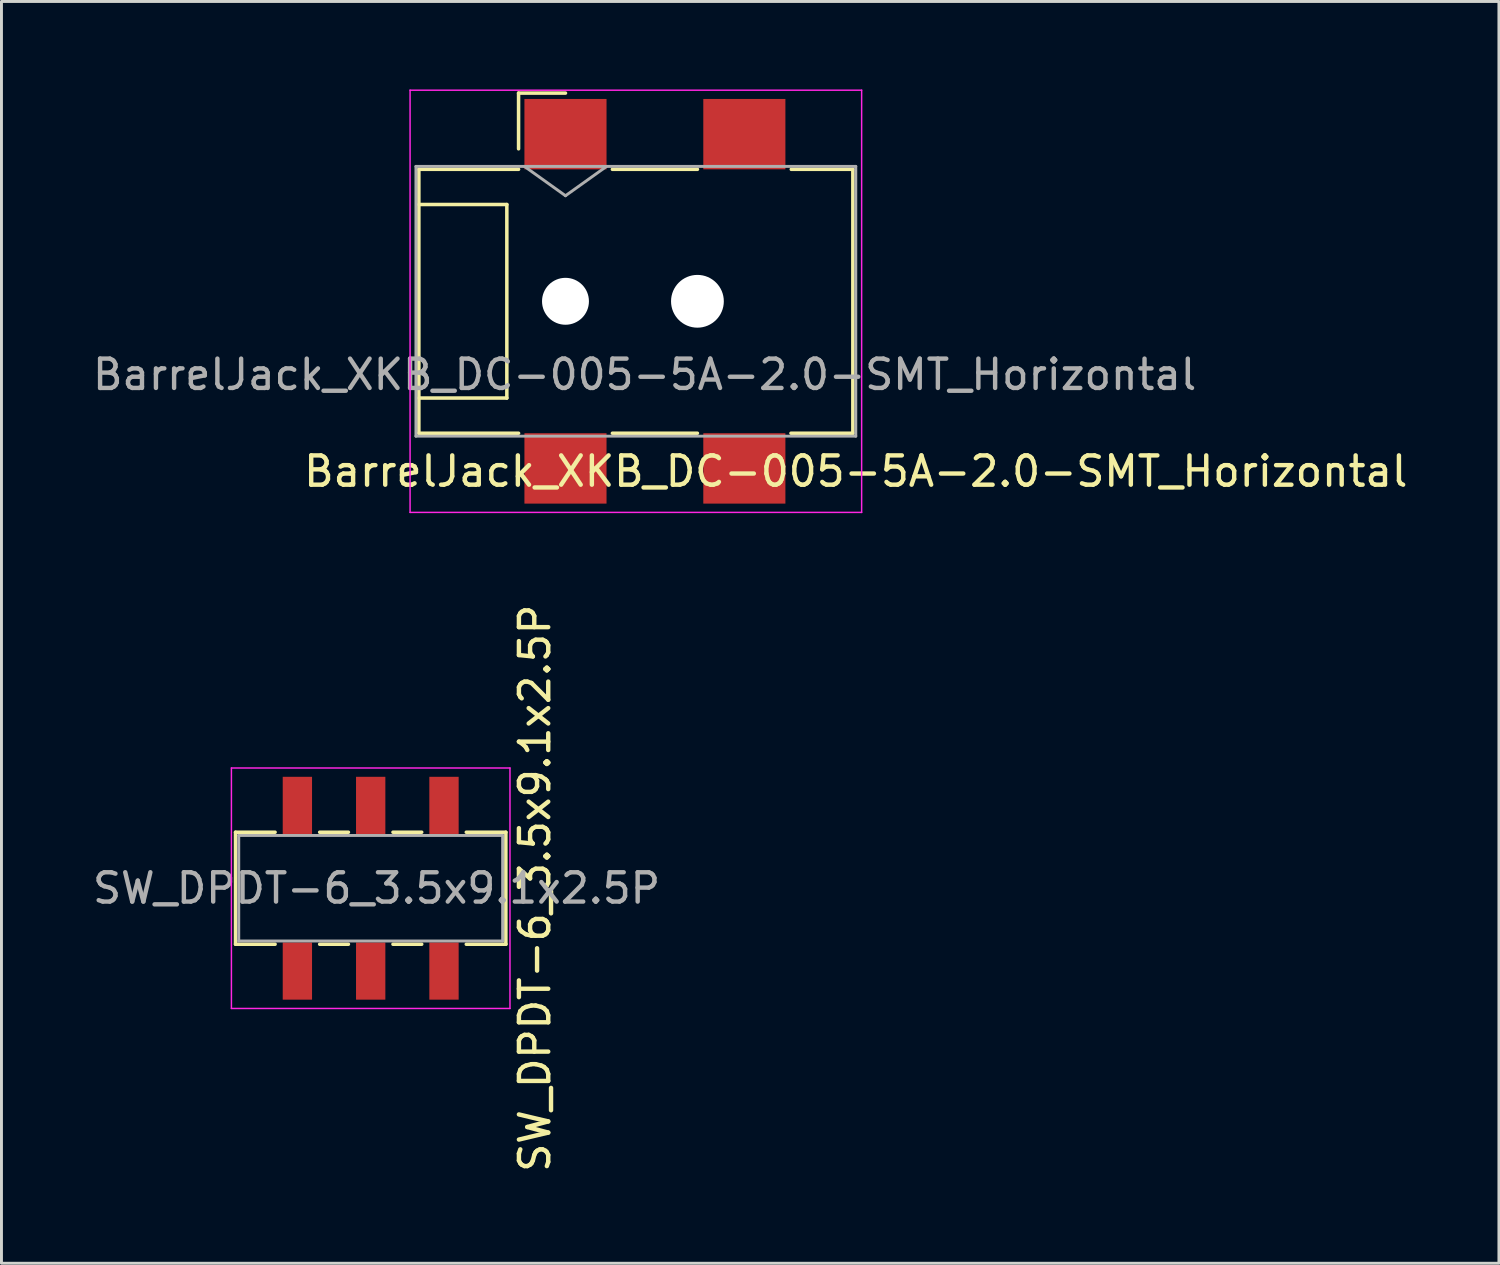
<source format=kicad_pcb>
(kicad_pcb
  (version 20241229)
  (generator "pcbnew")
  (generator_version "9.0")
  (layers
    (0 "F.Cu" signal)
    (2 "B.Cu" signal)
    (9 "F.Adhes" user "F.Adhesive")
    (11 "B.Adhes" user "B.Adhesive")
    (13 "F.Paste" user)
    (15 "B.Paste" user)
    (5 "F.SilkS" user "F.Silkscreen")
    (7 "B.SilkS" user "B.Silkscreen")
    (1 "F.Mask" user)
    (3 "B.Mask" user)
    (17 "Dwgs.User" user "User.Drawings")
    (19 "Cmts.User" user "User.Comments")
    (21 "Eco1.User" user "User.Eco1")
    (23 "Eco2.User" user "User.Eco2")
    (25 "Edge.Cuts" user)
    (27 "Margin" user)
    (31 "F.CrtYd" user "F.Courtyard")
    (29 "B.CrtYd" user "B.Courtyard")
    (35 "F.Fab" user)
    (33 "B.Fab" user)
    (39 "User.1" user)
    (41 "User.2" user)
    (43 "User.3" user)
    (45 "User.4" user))
  (footprint "SW_DPDT-6_3.5x9.1x2.5P"
    (layer "F.Cu")
    (at 9.592 27.242)
    (property "Reference" "SW_DPDT-6_3.5x9.1x2.5P" (at 5.6 0 90) (layer "F.SilkS") (effects (font (size 1 1) (thickness 0.15))))
    (attr smd)
    (fp_line (start -4.61 -1.91) (end -4.61 1.91) (stroke (width 0.12) (type solid)) (layer "F.SilkS"))
    (fp_line (start -4.61 1.91) (end -3.26 1.91) (stroke (width 0.12) (type solid)) (layer "F.SilkS"))
    (fp_line (start -3.26 -1.91) (end -4.61 -1.91) (stroke (width 0.12) (type solid)) (layer "F.SilkS"))
    (fp_line (start -0.76 -1.91) (end -1.74 -1.91) (stroke (width 0.12) (type solid)) (layer "F.SilkS"))
    (fp_line (start -0.76 1.91) (end -1.74 1.91) (stroke (width 0.12) (type solid)) (layer "F.SilkS"))
    (fp_line (start 1.74 -1.91) (end 0.76 -1.91) (stroke (width 0.12) (type solid)) (layer "F.SilkS"))
    (fp_line (start 1.74 1.91) (end 0.76 1.91) (stroke (width 0.12) (type solid)) (layer "F.SilkS"))
    (fp_line (start 4.61 -1.91) (end 3.26 -1.91) (stroke (width 0.12) (type solid)) (layer "F.SilkS"))
    (fp_line (start 4.61 -1.91) (end 4.61 1.91) (stroke (width 0.12) (type solid)) (layer "F.SilkS"))
    (fp_line (start 4.61 1.91) (end 3.26 1.91) (stroke (width 0.12) (type solid)) (layer "F.SilkS"))
    (fp_line (start -4.75 -4.1) (end -4.75 4.1) (stroke (width 0.05) (type solid)) (layer "F.CrtYd"))
    (fp_line (start -4.75 -4.1) (end 4.75 -4.1) (stroke (width 0.05) (type solid)) (layer "F.CrtYd"))
    (fp_line (start 4.75 -4.1) (end 4.75 4.1) (stroke (width 0.05) (type solid)) (layer "F.CrtYd"))
    (fp_line (start 4.75 4.1) (end -4.75 4.1) (stroke (width 0.05) (type solid)) (layer "F.CrtYd"))
    (fp_line (start -4.5 -1.8) (end 4.5 -1.8) (stroke (width 0.1) (type solid)) (layer "F.Fab"))
    (fp_line (start -4.5 1.8) (end -4.5 -1.8) (stroke (width 0.1) (type solid)) (layer "F.Fab"))
    (fp_line (start 4.5 -1.8) (end 4.5 1.8) (stroke (width 0.1) (type solid)) (layer "F.Fab"))
    (fp_line (start 4.5 1.8) (end -4.5 1.8) (stroke (width 0.1) (type solid)) (layer "F.Fab"))
    (fp_text user "${REFERENCE}" (at 0.2 0 0) (layer "F.Fab") (effects (font (size 1 1) (thickness 0.15))))
    (pad "1" smd rect (at -2.5 -2.825) (size 1 1.95) (layers "F.Cu" "F.Mask" "F.Paste"))
    (pad "2" smd rect (at 0 -2.825) (size 1 1.95) (layers "F.Cu" "F.Mask" "F.Paste"))
    (pad "3" smd rect (at 2.5 -2.825) (size 1 1.95) (layers "F.Cu" "F.Mask" "F.Paste"))
    (pad "4" smd rect (at -2.5 2.825) (size 1 1.95) (layers "F.Cu" "F.Mask" "F.Paste"))
    (pad "5" smd rect (at 0 2.825) (size 1 1.95) (layers "F.Cu" "F.Mask" "F.Paste"))
    (pad "6" smd rect (at 2.5 2.825) (size 1 1.95) (layers "F.Cu" "F.Mask" "F.Paste")))
  (footprint "BarrelJack_XKB_DC-005-5A-2.0-SMT_Horizontal"
    (layer "F.Cu")
    (at 18.635 7.225)
    (property "Reference" "BarrelJack_XKB_DC-005-5A-2.0-SMT_Horizontal" (at 7.5 5.8 180) (layer "F.SilkS") (effects (font (size 1 1) (thickness 0.15))))
    (attr smd)
    (fp_line (start -7.41 4.5) (end -4 4.5) (stroke (width 0.12) (type solid)) (layer "F.SilkS"))
    (fp_line (start -7.4 -4.5) (end -4 -4.5) (stroke (width 0.12) (type solid)) (layer "F.SilkS"))
    (fp_line (start -7.4 4.5) (end -7.4 -4.5) (stroke (width 0.12) (type solid)) (layer "F.SilkS"))
    (fp_line (start -4.4 -3.3) (end -7.4 -3.3) (stroke (width 0.12) (type solid)) (layer "F.SilkS"))
    (fp_line (start -4.4 3.3) (end -7.4 3.3) (stroke (width 0.12) (type solid)) (layer "F.SilkS"))
    (fp_line (start -4.4 3.3) (end -4.4 -3.3) (stroke (width 0.12) (type solid)) (layer "F.SilkS"))
    (fp_line (start -4 -7.1) (end -4 -5.2) (stroke (width 0.12) (type solid)) (layer "F.SilkS"))
    (fp_line (start -2.4 -7.1) (end -4 -7.1) (stroke (width 0.12) (type solid)) (layer "F.SilkS"))
    (fp_line (start -0.8 -4.5) (end 2.1 -4.5) (stroke (width 0.12) (type solid)) (layer "F.SilkS"))
    (fp_line (start -0.8 4.5) (end 2.1 4.5) (stroke (width 0.12) (type solid)) (layer "F.SilkS"))
    (fp_line (start 5.29 4.5) (end 7.4 4.5) (stroke (width 0.12) (type solid)) (layer "F.SilkS"))
    (fp_line (start 5.3 -4.5) (end 7.4 -4.5) (stroke (width 0.12) (type solid)) (layer "F.SilkS"))
    (fp_line (start 7.4 4.5) (end 7.4 -4.5) (stroke (width 0.12) (type solid)) (layer "F.SilkS"))
    (fp_line (start -7.7 -7.2) (end -7.7 7.2) (stroke (width 0.05) (type solid)) (layer "F.CrtYd"))
    (fp_line (start -7.7 7.2) (end 7.7 7.2) (stroke (width 0.05) (type solid)) (layer "F.CrtYd"))
    (fp_line (start 7.7 -7.2) (end -7.7 -7.2) (stroke (width 0.05) (type solid)) (layer "F.CrtYd"))
    (fp_line (start 7.7 7.2) (end 7.7 -7.2) (stroke (width 0.05) (type solid)) (layer "F.CrtYd"))
    (fp_line (start -7.5 -4.6) (end 7.5 -4.6) (stroke (width 0.1) (type solid)) (layer "F.Fab"))
    (fp_line (start -7.5 4.6) (end -7.5 -4.6) (stroke (width 0.1) (type solid)) (layer "F.Fab"))
    (fp_line (start -7.5 4.6) (end 7.5 4.6) (stroke (width 0.1) (type solid)) (layer "F.Fab"))
    (fp_line (start -3.8 -4.6) (end -2.4 -3.6) (stroke (width 0.1) (type solid)) (layer "F.Fab"))
    (fp_line (start -2.4 -3.6) (end -1 -4.6) (stroke (width 0.1) (type solid)) (layer "F.Fab"))
    (fp_line (start 7.5 4.6) (end 7.5 -4.6) (stroke (width 0.1) (type solid)) (layer "F.Fab"))
    (fp_text user "${REFERENCE}" (at 0.3 2.5 180) (layer "F.Fab") (effects (font (size 1 1) (thickness 0.15))))
    (pad "" np_thru_hole circle (at -2.4 0 90) (size 1.6 1.6) (drill 1.6) (layers "*.Cu" "*.Mask"))
    (pad "" np_thru_hole circle (at 2.1 0 90) (size 1.8 1.8) (drill 1.8) (layers "*.Cu" "*.Mask"))
    (pad "1" smd rect (at -2.4 -4.5 90) (size 2.4 2.8) (drill (offset 1.2 0)) (layers "F.Cu" "F.Mask" "F.Paste"))
    (pad "1" smd rect (at 3.7 -4.5 90) (size 2.4 2.8) (drill (offset 1.2 0)) (layers "F.Cu" "F.Mask" "F.Paste"))
    (pad "2" smd rect (at -2.4 4.5 90) (size 2.4 2.8) (drill (offset -1.2 0)) (layers "F.Cu" "F.Mask" "F.Paste"))
    (pad "3" smd rect (at 3.7 4.5 90) (size 2.4 2.8) (drill (offset -1.2 0)) (layers "F.Cu" "F.Mask" "F.Paste")))
  (gr_rect
    (start -3 -3)
    (end 48.069 40.033)
    (stroke (width 0.1) (type default))
    (fill no)
    (layer "Edge.Cuts")))
</source>
